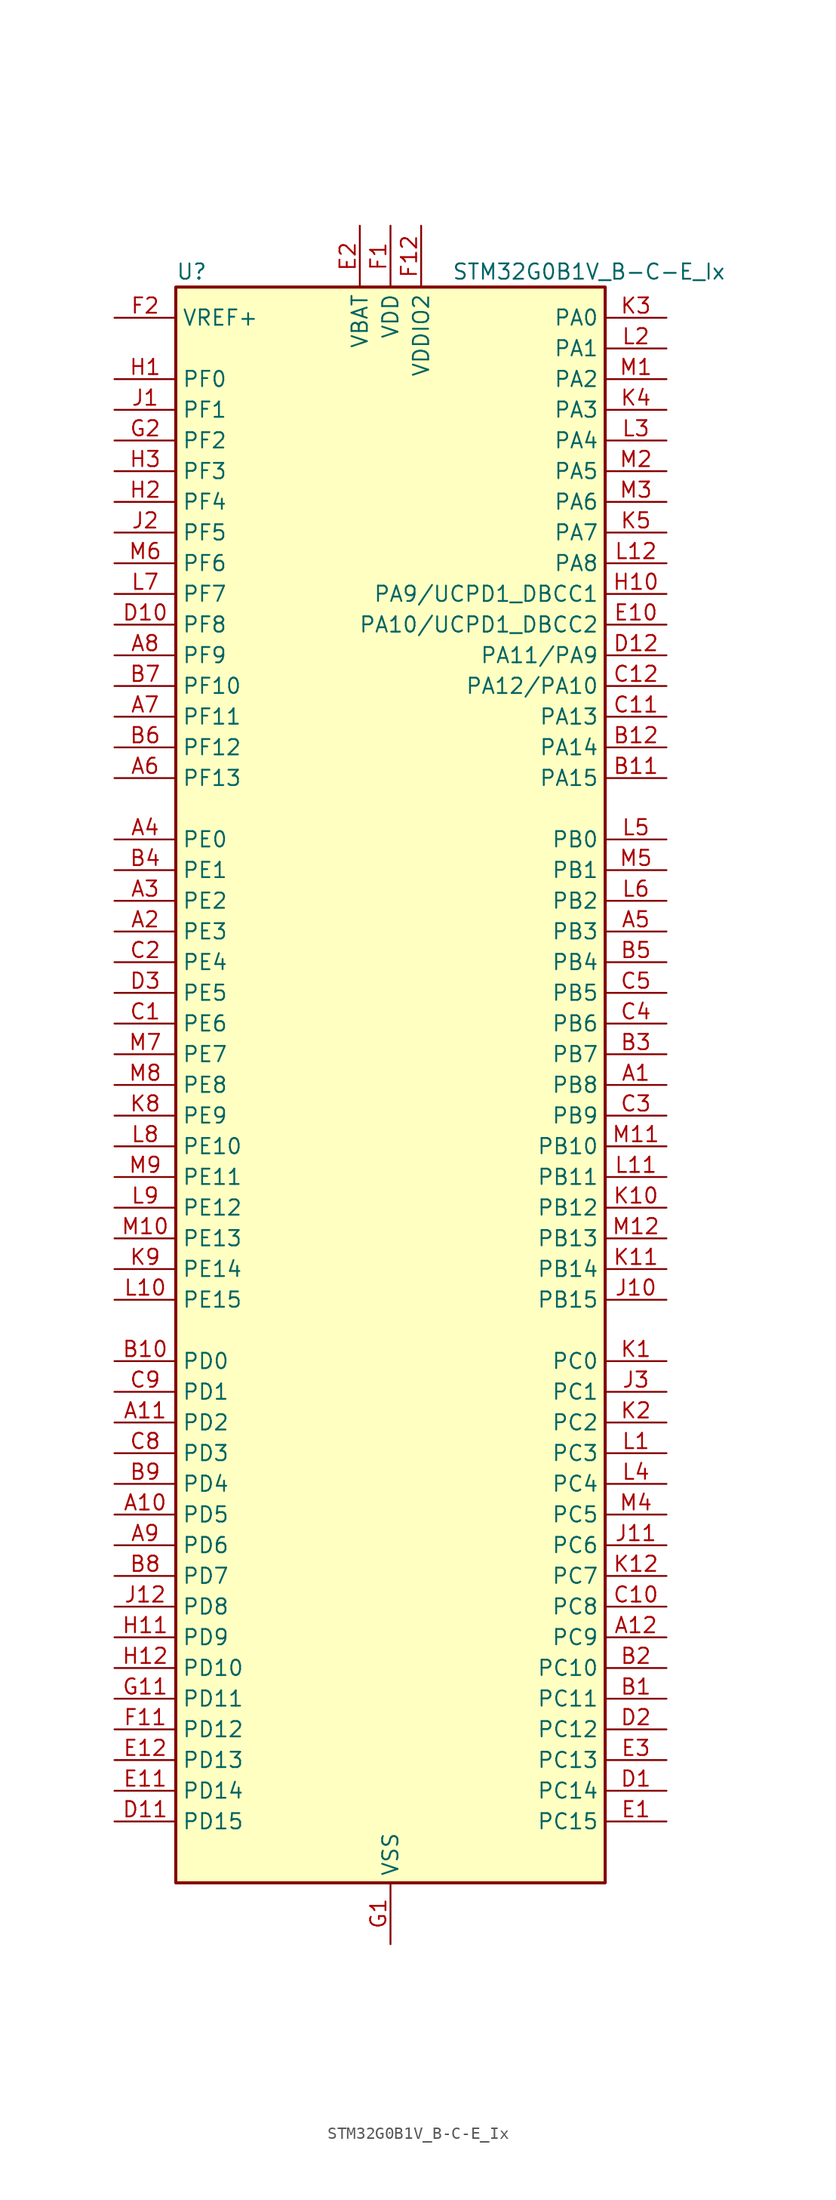
<source format=kicad_sym>
(kicad_symbol_lib
  (version 20220914)
  (generator kicad_symbol_editor)
  (symbol "STM32G0B1V_B-C-E_Ix"
    (property "Reference" "U"
      (at -17.78 67.31 0)
      (effects (font (size 1.27 1.27)) (justify left)))
    (property "Value" "STM32G0B1V_B-C-E_Ix"
      (at 5.08 67.31 0)
      (effects (font (size 1.27 1.27)) (justify left)))
    (property "ki_locked" ""
      (at 0 0 0)
      (effects (font (size 1.27 1.27))))
    (symbol "STM32G0B1V_B-C-E_Ix_0_1"
      (rectangle (start -17.78 -66.04) (end 17.78 66.04) (stroke (width 0.254) (type default)) (fill (type background))))
    (symbol "STM32G0B1V_B-C-E_Ix_1_1"
      (pin bidirectional line (at 22.86 0 180) (length 5.08) (name "PB8" (effects (font (size 1.27 1.27)))) (number "A1" (effects (font (size 1.27 1.27)))) (alternate "CEC" bidirectional line) (alternate "FDCAN1_RX" bidirectional line) (alternate "I2C1_SCL" bidirectional line) (alternate "I2S2_CK" bidirectional line) (alternate "SPI2_SCK" bidirectional line) (alternate "TIM15_BK" bidirectional line) (alternate "TIM16_CH1" bidirectional line) (alternate "TIM4_CH3" bidirectional line) (alternate "USART3_TX" bidirectional line) (alternate "USART6_TX" bidirectional line))
      (pin bidirectional line (at -22.86 -35.56 0) (length 5.08) (name "PD5" (effects (font (size 1.27 1.27)))) (number "A10" (effects (font (size 1.27 1.27)))) (alternate "I2S1_MCK" bidirectional line) (alternate "SPI1_MISO" bidirectional line) (alternate "TIM1_BK" bidirectional line) (alternate "USART2_TX" bidirectional line) (alternate "USART5_CTS" bidirectional line) (alternate "USART5_NSS" bidirectional line))
      (pin bidirectional line (at -22.86 -27.94 0) (length 5.08) (name "PD2" (effects (font (size 1.27 1.27)))) (number "A11" (effects (font (size 1.27 1.27)))) (alternate "TIM1_CH1N" bidirectional line) (alternate "TIM3_ETR" bidirectional line) (alternate "UCPD2_CC2" bidirectional line) (alternate "USART3_CK" bidirectional line) (alternate "USART3_DE" bidirectional line) (alternate "USART3_RTS" bidirectional line) (alternate "USART5_RX" bidirectional line))
      (pin bidirectional line (at 22.86 -45.72 180) (length 5.08) (name "PC9" (effects (font (size 1.27 1.27)))) (number "A12" (effects (font (size 1.27 1.27)))) (alternate "DAC1_EXTI9" bidirectional line) (alternate "I2S_CKIN" bidirectional line) (alternate "LPUART2_DE" bidirectional line) (alternate "LPUART2_RTS" bidirectional line) (alternate "TIM1_CH2" bidirectional line) (alternate "TIM3_CH4" bidirectional line) (alternate "USB_NOE" bidirectional line))
      (pin bidirectional line (at -22.86 12.7 0) (length 5.08) (name "PE3" (effects (font (size 1.27 1.27)))) (number "A2" (effects (font (size 1.27 1.27)))) (alternate "TIM3_CH1" bidirectional line))
      (pin bidirectional line (at -22.86 15.24 0) (length 5.08) (name "PE2" (effects (font (size 1.27 1.27)))) (number "A3" (effects (font (size 1.27 1.27)))) (alternate "TIM3_ETR" bidirectional line))
      (pin bidirectional line (at -22.86 20.32 0) (length 5.08) (name "PE0" (effects (font (size 1.27 1.27)))) (number "A4" (effects (font (size 1.27 1.27)))) (alternate "TIM16_CH1" bidirectional line) (alternate "TIM4_ETR" bidirectional line))
      (pin bidirectional line (at 22.86 12.7 180) (length 5.08) (name "PB3" (effects (font (size 1.27 1.27)))) (number "A5" (effects (font (size 1.27 1.27)))) (alternate "COMP2_INM" bidirectional line) (alternate "I2C2_SCL" bidirectional line) (alternate "I2C3_SCL" bidirectional line) (alternate "I2S1_CK" bidirectional line) (alternate "SPI1_SCK" bidirectional line) (alternate "SPI3_SCK" bidirectional line) (alternate "TIM1_CH2" bidirectional line) (alternate "TIM2_CH2" bidirectional line) (alternate "USART1_CK" bidirectional line) (alternate "USART1_DE" bidirectional line) (alternate "USART1_RTS" bidirectional line) (alternate "USART5_TX" bidirectional line))
      (pin bidirectional line (at -22.86 25.4 0) (length 5.08) (name "PF13" (effects (font (size 1.27 1.27)))) (number "A6" (effects (font (size 1.27 1.27)))) (alternate "TIM15_CH2" bidirectional line))
      (pin bidirectional line (at -22.86 30.48 0) (length 5.08) (name "PF11" (effects (font (size 1.27 1.27)))) (number "A7" (effects (font (size 1.27 1.27)))) (alternate "ADC1_EXTI11" bidirectional line) (alternate "USART6_CK" bidirectional line) (alternate "USART6_DE" bidirectional line) (alternate "USART6_RTS" bidirectional line))
      (pin bidirectional line (at -22.86 35.56 0) (length 5.08) (name "PF9" (effects (font (size 1.27 1.27)))) (number "A8" (effects (font (size 1.27 1.27)))) (alternate "DAC1_EXTI9" bidirectional line) (alternate "USART6_TX" bidirectional line))
      (pin bidirectional line (at -22.86 -38.1 0) (length 5.08) (name "PD6" (effects (font (size 1.27 1.27)))) (number "A9" (effects (font (size 1.27 1.27)))) (alternate "I2S1_SD" bidirectional line) (alternate "LPTIM2_OUT" bidirectional line) (alternate "SPI1_MOSI" bidirectional line) (alternate "USART2_RX" bidirectional line))
      (pin bidirectional line (at 22.86 -50.8 180) (length 5.08) (name "PC11" (effects (font (size 1.27 1.27)))) (number "B1" (effects (font (size 1.27 1.27)))) (alternate "ADC1_EXTI11" bidirectional line) (alternate "SPI3_MISO" bidirectional line) (alternate "TIM1_CH4" bidirectional line) (alternate "USART3_RX" bidirectional line) (alternate "USART4_RX" bidirectional line))
      (pin bidirectional line (at -22.86 -22.86 0) (length 5.08) (name "PD0" (effects (font (size 1.27 1.27)))) (number "B10" (effects (font (size 1.27 1.27)))) (alternate "FDCAN1_RX" bidirectional line) (alternate "I2S2_WS" bidirectional line) (alternate "SPI2_NSS" bidirectional line) (alternate "TIM16_CH1" bidirectional line) (alternate "UCPD2_CC1" bidirectional line))
      (pin bidirectional line (at 22.86 25.4 180) (length 5.08) (name "PA15" (effects (font (size 1.27 1.27)))) (number "B11" (effects (font (size 1.27 1.27)))) (alternate "I2C2_SMBA" bidirectional line) (alternate "I2S1_WS" bidirectional line) (alternate "RCC_MCO_2" bidirectional line) (alternate "SPI1_NSS" bidirectional line) (alternate "SPI3_NSS" bidirectional line) (alternate "TIM2_CH1" bidirectional line) (alternate "TIM2_ETR" bidirectional line) (alternate "USART2_RX" bidirectional line) (alternate "USART3_CK" bidirectional line) (alternate "USART3_DE" bidirectional line) (alternate "USART3_RTS" bidirectional line) (alternate "USART4_CK" bidirectional line) (alternate "USART4_DE" bidirectional line) (alternate "USART4_RTS" bidirectional line) (alternate "USB_NOE" bidirectional line))
      (pin bidirectional line (at 22.86 27.94 180) (length 5.08) (name "PA14" (effects (font (size 1.27 1.27)))) (number "B12" (effects (font (size 1.27 1.27)))) (alternate "LPUART2_TX" bidirectional line) (alternate "SYS_SWCLK" bidirectional line) (alternate "USART2_TX" bidirectional line))
      (pin bidirectional line (at 22.86 -48.26 180) (length 5.08) (name "PC10" (effects (font (size 1.27 1.27)))) (number "B2" (effects (font (size 1.27 1.27)))) (alternate "SPI3_SCK" bidirectional line) (alternate "TIM1_CH3" bidirectional line) (alternate "USART3_TX" bidirectional line) (alternate "USART4_TX" bidirectional line))
      (pin bidirectional line (at 22.86 2.54 180) (length 5.08) (name "PB7" (effects (font (size 1.27 1.27)))) (number "B3" (effects (font (size 1.27 1.27)))) (alternate "COMP2_INM" bidirectional line) (alternate "I2C1_SDA" bidirectional line) (alternate "I2S2_SD" bidirectional line) (alternate "LPTIM1_IN2" bidirectional line) (alternate "LPUART2_RX" bidirectional line) (alternate "SPI2_MOSI" bidirectional line) (alternate "SYS_PVD_IN" bidirectional line) (alternate "TIM17_CH1N" bidirectional line) (alternate "TIM4_CH2" bidirectional line) (alternate "USART1_RX" bidirectional line) (alternate "USART4_CTS" bidirectional line) (alternate "USART4_NSS" bidirectional line))
      (pin bidirectional line (at -22.86 17.78 0) (length 5.08) (name "PE1" (effects (font (size 1.27 1.27)))) (number "B4" (effects (font (size 1.27 1.27)))) (alternate "TIM17_CH1" bidirectional line))
      (pin bidirectional line (at 22.86 10.16 180) (length 5.08) (name "PB4" (effects (font (size 1.27 1.27)))) (number "B5" (effects (font (size 1.27 1.27)))) (alternate "COMP2_INP" bidirectional line) (alternate "I2C2_SDA" bidirectional line) (alternate "I2C3_SDA" bidirectional line) (alternate "I2S1_MCK" bidirectional line) (alternate "SPI1_MISO" bidirectional line) (alternate "SPI3_MISO" bidirectional line) (alternate "TIM17_BK" bidirectional line) (alternate "TIM3_CH1" bidirectional line) (alternate "USART1_CTS" bidirectional line) (alternate "USART1_NSS" bidirectional line) (alternate "USART5_RX" bidirectional line))
      (pin bidirectional line (at -22.86 27.94 0) (length 5.08) (name "PF12" (effects (font (size 1.27 1.27)))) (number "B6" (effects (font (size 1.27 1.27)))) (alternate "TIM15_CH1" bidirectional line) (alternate "USART6_CTS" bidirectional line) (alternate "USART6_NSS" bidirectional line))
      (pin bidirectional line (at -22.86 33.02 0) (length 5.08) (name "PF10" (effects (font (size 1.27 1.27)))) (number "B7" (effects (font (size 1.27 1.27)))) (alternate "USART6_RX" bidirectional line))
      (pin bidirectional line (at -22.86 -40.64 0) (length 5.08) (name "PD7" (effects (font (size 1.27 1.27)))) (number "B8" (effects (font (size 1.27 1.27)))) (alternate "RCC_MCO_2" bidirectional line))
      (pin bidirectional line (at -22.86 -33.02 0) (length 5.08) (name "PD4" (effects (font (size 1.27 1.27)))) (number "B9" (effects (font (size 1.27 1.27)))) (alternate "I2S2_SD" bidirectional line) (alternate "SPI2_MOSI" bidirectional line) (alternate "TIM1_CH3N" bidirectional line) (alternate "USART2_CK" bidirectional line) (alternate "USART2_DE" bidirectional line) (alternate "USART2_RTS" bidirectional line) (alternate "USART5_CK" bidirectional line) (alternate "USART5_DE" bidirectional line) (alternate "USART5_RTS" bidirectional line))
      (pin bidirectional line (at -22.86 5.08 0) (length 5.08) (name "PE6" (effects (font (size 1.27 1.27)))) (number "C1" (effects (font (size 1.27 1.27)))) (alternate "RTC_TAMP_IN3" bidirectional line) (alternate "SYS_WKUP3" bidirectional line) (alternate "TIM3_CH4" bidirectional line))
      (pin bidirectional line (at 22.86 -43.18 180) (length 5.08) (name "PC8" (effects (font (size 1.27 1.27)))) (number "C10" (effects (font (size 1.27 1.27)))) (alternate "LPUART2_CTS" bidirectional line) (alternate "TIM1_CH1" bidirectional line) (alternate "TIM3_CH3" bidirectional line) (alternate "UCPD2_FRSTX1" bidirectional line) (alternate "UCPD2_FRSTX2" bidirectional line))
      (pin bidirectional line (at 22.86 30.48 180) (length 5.08) (name "PA13" (effects (font (size 1.27 1.27)))) (number "C11" (effects (font (size 1.27 1.27)))) (alternate "IR_OUT" bidirectional line) (alternate "LPUART2_RX" bidirectional line) (alternate "SYS_SWDIO" bidirectional line) (alternate "USB_NOE" bidirectional line))
      (pin bidirectional line (at 22.86 33.02 180) (length 5.08) (name "PA12/PA10" (effects (font (size 1.27 1.27)))) (number "C12" (effects (font (size 1.27 1.27)))) (alternate "COMP2_OUT" bidirectional line) (alternate "FDCAN1_TX" bidirectional line) (alternate "I2C2_SDA" bidirectional line) (alternate "I2S1_SD" bidirectional line) (alternate "I2S_CKIN" bidirectional line) (alternate "SPI1_MOSI" bidirectional line) (alternate "TIM1_ETR" bidirectional line) (alternate "USART1_CK" bidirectional line) (alternate "USART1_DE" bidirectional line) (alternate "USART1_RTS" bidirectional line) (alternate "USB_DP" bidirectional line))
      (pin bidirectional line (at -22.86 10.16 0) (length 5.08) (name "PE4" (effects (font (size 1.27 1.27)))) (number "C2" (effects (font (size 1.27 1.27)))) (alternate "TIM3_CH2" bidirectional line))
      (pin bidirectional line (at 22.86 -2.54 180) (length 5.08) (name "PB9" (effects (font (size 1.27 1.27)))) (number "C3" (effects (font (size 1.27 1.27)))) (alternate "DAC1_EXTI9" bidirectional line) (alternate "FDCAN1_TX" bidirectional line) (alternate "I2C1_SDA" bidirectional line) (alternate "I2S2_WS" bidirectional line) (alternate "IR_OUT" bidirectional line) (alternate "SPI2_NSS" bidirectional line) (alternate "TIM17_CH1" bidirectional line) (alternate "TIM4_CH4" bidirectional line) (alternate "UCPD2_FRSTX1" bidirectional line) (alternate "UCPD2_FRSTX2" bidirectional line) (alternate "USART3_RX" bidirectional line) (alternate "USART6_RX" bidirectional line))
      (pin bidirectional line (at 22.86 5.08 180) (length 5.08) (name "PB6" (effects (font (size 1.27 1.27)))) (number "C4" (effects (font (size 1.27 1.27)))) (alternate "COMP2_INP" bidirectional line) (alternate "FDCAN2_TX" bidirectional line) (alternate "I2C1_SCL" bidirectional line) (alternate "I2S2_MCK" bidirectional line) (alternate "LPTIM1_ETR" bidirectional line) (alternate "LPUART2_TX" bidirectional line) (alternate "SPI2_MISO" bidirectional line) (alternate "TIM16_CH1N" bidirectional line) (alternate "TIM1_CH3" bidirectional line) (alternate "TIM4_CH1" bidirectional line) (alternate "USART1_TX" bidirectional line) (alternate "USART5_CTS" bidirectional line) (alternate "USART5_NSS" bidirectional line))
      (pin bidirectional line (at 22.86 7.62 180) (length 5.08) (name "PB5" (effects (font (size 1.27 1.27)))) (number "C5" (effects (font (size 1.27 1.27)))) (alternate "COMP2_OUT" bidirectional line) (alternate "FDCAN2_RX" bidirectional line) (alternate "I2C1_SMBA" bidirectional line) (alternate "I2S1_SD" bidirectional line) (alternate "LPTIM1_IN1" bidirectional line) (alternate "SPI1_MOSI" bidirectional line) (alternate "SPI3_MOSI" bidirectional line) (alternate "SYS_WKUP6" bidirectional line) (alternate "TIM16_BK" bidirectional line) (alternate "TIM3_CH2" bidirectional line) (alternate "USART5_CK" bidirectional line) (alternate "USART5_DE" bidirectional line) (alternate "USART5_RTS" bidirectional line))
      (pin bidirectional line (at -22.86 -30.48 0) (length 5.08) (name "PD3" (effects (font (size 1.27 1.27)))) (number "C8" (effects (font (size 1.27 1.27)))) (alternate "I2S2_MCK" bidirectional line) (alternate "SPI2_MISO" bidirectional line) (alternate "TIM1_CH2N" bidirectional line) (alternate "UCPD2_DBCC2" bidirectional line) (alternate "USART2_CTS" bidirectional line) (alternate "USART2_NSS" bidirectional line) (alternate "USART5_TX" bidirectional line))
      (pin bidirectional line (at -22.86 -25.4 0) (length 5.08) (name "PD1" (effects (font (size 1.27 1.27)))) (number "C9" (effects (font (size 1.27 1.27)))) (alternate "FDCAN1_TX" bidirectional line) (alternate "I2S2_CK" bidirectional line) (alternate "SPI2_SCK" bidirectional line) (alternate "TIM17_CH1" bidirectional line) (alternate "UCPD2_DBCC1" bidirectional line))
      (pin bidirectional line (at 22.86 -58.42 180) (length 5.08) (name "PC14" (effects (font (size 1.27 1.27)))) (number "D1" (effects (font (size 1.27 1.27)))) (alternate "RCC_OSC32_IN" bidirectional line) (alternate "TIM1_BK2" bidirectional line))
      (pin bidirectional line (at -22.86 38.1 0) (length 5.08) (name "PF8" (effects (font (size 1.27 1.27)))) (number "D10" (effects (font (size 1.27 1.27)))))
      (pin bidirectional line (at -22.86 -60.96 0) (length 5.08) (name "PD15" (effects (font (size 1.27 1.27)))) (number "D11" (effects (font (size 1.27 1.27)))) (alternate "CRS1_SYNC" bidirectional line) (alternate "FDCAN2_TX" bidirectional line) (alternate "LPUART2_DE" bidirectional line) (alternate "LPUART2_RTS" bidirectional line) (alternate "TIM4_CH4" bidirectional line))
      (pin bidirectional line (at 22.86 35.56 180) (length 5.08) (name "PA11/PA9" (effects (font (size 1.27 1.27)))) (number "D12" (effects (font (size 1.27 1.27)))) (alternate "ADC1_EXTI11" bidirectional line) (alternate "COMP1_OUT" bidirectional line) (alternate "FDCAN1_RX" bidirectional line) (alternate "I2C2_SCL" bidirectional line) (alternate "I2S1_MCK" bidirectional line) (alternate "SPI1_MISO" bidirectional line) (alternate "TIM1_BK2" bidirectional line) (alternate "TIM1_CH4" bidirectional line) (alternate "USART1_CTS" bidirectional line) (alternate "USART1_NSS" bidirectional line) (alternate "USB_DM" bidirectional line))
      (pin bidirectional line (at 22.86 -53.34 180) (length 5.08) (name "PC12" (effects (font (size 1.27 1.27)))) (number "D2" (effects (font (size 1.27 1.27)))) (alternate "LPTIM1_IN1" bidirectional line) (alternate "SPI3_MOSI" bidirectional line) (alternate "TIM14_CH1" bidirectional line) (alternate "UCPD1_FRSTX1" bidirectional line) (alternate "UCPD1_FRSTX2" bidirectional line) (alternate "USART5_TX" bidirectional line))
      (pin bidirectional line (at -22.86 7.62 0) (length 5.08) (name "PE5" (effects (font (size 1.27 1.27)))) (number "D3" (effects (font (size 1.27 1.27)))) (alternate "TIM3_CH3" bidirectional line))
      (pin bidirectional line (at 22.86 -60.96 180) (length 5.08) (name "PC15" (effects (font (size 1.27 1.27)))) (number "E1" (effects (font (size 1.27 1.27)))) (alternate "RCC_OSC32_EN" bidirectional line) (alternate "RCC_OSC32_OUT" bidirectional line) (alternate "RCC_OSC_EN" bidirectional line) (alternate "TIM15_BK" bidirectional line))
      (pin bidirectional line (at 22.86 38.1 180) (length 5.08) (name "PA10/UCPD1_DBCC2" (effects (font (size 1.27 1.27)))) (number "E10" (effects (font (size 1.27 1.27)))) (alternate "I2C1_SDA" bidirectional line) (alternate "I2C2_SDA" bidirectional line) (alternate "I2S2_SD" bidirectional line) (alternate "RCC_MCO_2" bidirectional line) (alternate "SPI2_MOSI" bidirectional line) (alternate "TIM17_BK" bidirectional line) (alternate "TIM1_CH3" bidirectional line) (alternate "UCPD1_DBCC2" bidirectional line) (alternate "USART1_RX" bidirectional line))
      (pin bidirectional line (at -22.86 -58.42 0) (length 5.08) (name "PD14" (effects (font (size 1.27 1.27)))) (number "E11" (effects (font (size 1.27 1.27)))) (alternate "FDCAN2_RX" bidirectional line) (alternate "LPUART2_CTS" bidirectional line) (alternate "TIM4_CH3" bidirectional line))
      (pin bidirectional line (at -22.86 -55.88 0) (length 5.08) (name "PD13" (effects (font (size 1.27 1.27)))) (number "E12" (effects (font (size 1.27 1.27)))) (alternate "FDCAN1_TX" bidirectional line) (alternate "LPTIM2_OUT" bidirectional line) (alternate "TIM4_CH2" bidirectional line))
      (pin power_in line (at -2.54 71.12 270) (length 5.08) (name "VBAT" (effects (font (size 1.27 1.27)))) (number "E2" (effects (font (size 1.27 1.27)))))
      (pin bidirectional line (at 22.86 -55.88 180) (length 5.08) (name "PC13" (effects (font (size 1.27 1.27)))) (number "E3" (effects (font (size 1.27 1.27)))) (alternate "RTC_OUT1" bidirectional line) (alternate "RTC_TAMP_IN1" bidirectional line) (alternate "RTC_TS" bidirectional line) (alternate "SYS_WKUP2" bidirectional line) (alternate "TIM1_BK" bidirectional line))
      (pin power_in line (at 0 71.12 270) (length 5.08) (name "VDD" (effects (font (size 1.27 1.27)))) (number "F1" (effects (font (size 1.27 1.27)))))
      (pin bidirectional line (at -22.86 -53.34 0) (length 5.08) (name "PD12" (effects (font (size 1.27 1.27)))) (number "F11" (effects (font (size 1.27 1.27)))) (alternate "FDCAN1_RX" bidirectional line) (alternate "LPTIM2_IN1" bidirectional line) (alternate "TIM4_CH1" bidirectional line) (alternate "USART3_CK" bidirectional line) (alternate "USART3_DE" bidirectional line) (alternate "USART3_RTS" bidirectional line))
      (pin power_in line (at 2.54 71.12 270) (length 5.08) (name "VDDIO2" (effects (font (size 1.27 1.27)))) (number "F12" (effects (font (size 1.27 1.27)))))
      (pin input line (at -22.86 63.5 0) (length 5.08) (name "VREF+" (effects (font (size 1.27 1.27)))) (number "F2" (effects (font (size 1.27 1.27)))) (alternate "VREFBUF_OUT" bidirectional line))
      (pin power_in line (at 0 -71.12 90) (length 5.08) (name "VSS" (effects (font (size 1.27 1.27)))) (number "G1" (effects (font (size 1.27 1.27)))))
      (pin bidirectional line (at -22.86 -50.8 0) (length 5.08) (name "PD11" (effects (font (size 1.27 1.27)))) (number "G11" (effects (font (size 1.27 1.27)))) (alternate "ADC1_EXTI11" bidirectional line) (alternate "LPTIM2_ETR" bidirectional line) (alternate "USART3_CTS" bidirectional line) (alternate "USART3_NSS" bidirectional line))
      (pin passive line (at 0 -71.12 90) (length 5.08) hide (name "VSS" (effects (font (size 1.27 1.27)))) (number "G12" (effects (font (size 1.27 1.27)))))
      (pin bidirectional line (at -22.86 53.34 0) (length 5.08) (name "PF2" (effects (font (size 1.27 1.27)))) (number "G2" (effects (font (size 1.27 1.27)))) (alternate "LPUART2_DE" bidirectional line) (alternate "LPUART2_RTS" bidirectional line) (alternate "LPUART2_TX" bidirectional line) (alternate "RCC_MCO" bidirectional line))
      (pin bidirectional line (at -22.86 58.42 0) (length 5.08) (name "PF0" (effects (font (size 1.27 1.27)))) (number "H1" (effects (font (size 1.27 1.27)))) (alternate "CRS1_SYNC" bidirectional line) (alternate "RCC_OSC_IN" bidirectional line) (alternate "TIM14_CH1" bidirectional line))
      (pin bidirectional line (at 22.86 40.64 180) (length 5.08) (name "PA9/UCPD1_DBCC1" (effects (font (size 1.27 1.27)))) (number "H10" (effects (font (size 1.27 1.27)))) (alternate "DAC1_EXTI9" bidirectional line) (alternate "I2C1_SCL" bidirectional line) (alternate "I2C2_SCL" bidirectional line) (alternate "I2S2_MCK" bidirectional line) (alternate "RCC_MCO" bidirectional line) (alternate "SPI2_MISO" bidirectional line) (alternate "TIM15_BK" bidirectional line) (alternate "TIM1_CH2" bidirectional line) (alternate "UCPD1_DBCC1" bidirectional line) (alternate "USART1_TX" bidirectional line))
      (pin bidirectional line (at -22.86 -45.72 0) (length 5.08) (name "PD9" (effects (font (size 1.27 1.27)))) (number "H11" (effects (font (size 1.27 1.27)))) (alternate "DAC1_EXTI9" bidirectional line) (alternate "I2S1_WS" bidirectional line) (alternate "SPI1_NSS" bidirectional line) (alternate "TIM1_BK2" bidirectional line) (alternate "USART3_RX" bidirectional line))
      (pin bidirectional line (at -22.86 -48.26 0) (length 5.08) (name "PD10" (effects (font (size 1.27 1.27)))) (number "H12" (effects (font (size 1.27 1.27)))) (alternate "RCC_MCO" bidirectional line))
      (pin bidirectional line (at -22.86 48.26 0) (length 5.08) (name "PF4" (effects (font (size 1.27 1.27)))) (number "H2" (effects (font (size 1.27 1.27)))) (alternate "LPUART1_TX" bidirectional line))
      (pin bidirectional line (at -22.86 50.8 0) (length 5.08) (name "PF3" (effects (font (size 1.27 1.27)))) (number "H3" (effects (font (size 1.27 1.27)))) (alternate "LPUART2_RX" bidirectional line) (alternate "USART6_CK" bidirectional line) (alternate "USART6_DE" bidirectional line) (alternate "USART6_RTS" bidirectional line))
      (pin bidirectional line (at -22.86 55.88 0) (length 5.08) (name "PF1" (effects (font (size 1.27 1.27)))) (number "J1" (effects (font (size 1.27 1.27)))) (alternate "RCC_OSC_EN" bidirectional line) (alternate "RCC_OSC_OUT" bidirectional line) (alternate "TIM15_CH1N" bidirectional line))
      (pin bidirectional line (at 22.86 -17.78 180) (length 5.08) (name "PB15" (effects (font (size 1.27 1.27)))) (number "J10" (effects (font (size 1.27 1.27)))) (alternate "I2S2_SD" bidirectional line) (alternate "RTC_REFIN" bidirectional line) (alternate "SPI2_MOSI" bidirectional line) (alternate "TIM15_CH1N" bidirectional line) (alternate "TIM15_CH2" bidirectional line) (alternate "TIM1_CH3N" bidirectional line) (alternate "UCPD1_CC2" bidirectional line) (alternate "USART6_CTS" bidirectional line) (alternate "USART6_NSS" bidirectional line))
      (pin bidirectional line (at 22.86 -38.1 180) (length 5.08) (name "PC6" (effects (font (size 1.27 1.27)))) (number "J11" (effects (font (size 1.27 1.27)))) (alternate "LPUART2_TX" bidirectional line) (alternate "TIM2_CH3" bidirectional line) (alternate "TIM3_CH1" bidirectional line) (alternate "UCPD1_FRSTX1" bidirectional line) (alternate "UCPD1_FRSTX2" bidirectional line))
      (pin bidirectional line (at -22.86 -43.18 0) (length 5.08) (name "PD8" (effects (font (size 1.27 1.27)))) (number "J12" (effects (font (size 1.27 1.27)))) (alternate "I2S1_CK" bidirectional line) (alternate "LPTIM1_OUT" bidirectional line) (alternate "SPI1_SCK" bidirectional line) (alternate "USART3_TX" bidirectional line))
      (pin bidirectional line (at -22.86 45.72 0) (length 5.08) (name "PF5" (effects (font (size 1.27 1.27)))) (number "J2" (effects (font (size 1.27 1.27)))) (alternate "LPUART1_RX" bidirectional line))
      (pin bidirectional line (at 22.86 -25.4 180) (length 5.08) (name "PC1" (effects (font (size 1.27 1.27)))) (number "J3" (effects (font (size 1.27 1.27)))) (alternate "COMP3_INP" bidirectional line) (alternate "I2C3_SDA" bidirectional line) (alternate "LPTIM1_OUT" bidirectional line) (alternate "LPUART1_TX" bidirectional line) (alternate "LPUART2_RX" bidirectional line) (alternate "TIM15_CH1" bidirectional line) (alternate "USART6_RX" bidirectional line))
      (pin bidirectional line (at 22.86 -22.86 180) (length 5.08) (name "PC0" (effects (font (size 1.27 1.27)))) (number "K1" (effects (font (size 1.27 1.27)))) (alternate "COMP3_INM" bidirectional line) (alternate "COMP3_OUT" bidirectional line) (alternate "I2C3_SCL" bidirectional line) (alternate "LPTIM1_IN1" bidirectional line) (alternate "LPTIM2_IN1" bidirectional line) (alternate "LPUART1_RX" bidirectional line) (alternate "LPUART2_TX" bidirectional line) (alternate "USART6_TX" bidirectional line))
      (pin bidirectional line (at 22.86 -10.16 180) (length 5.08) (name "PB12" (effects (font (size 1.27 1.27)))) (number "K10" (effects (font (size 1.27 1.27)))) (alternate "ADC1_IN16" bidirectional line) (alternate "FDCAN2_RX" bidirectional line) (alternate "I2C2_SMBA" bidirectional line) (alternate "I2S2_WS" bidirectional line) (alternate "LPUART1_DE" bidirectional line) (alternate "LPUART1_RTS" bidirectional line) (alternate "SPI2_NSS" bidirectional line) (alternate "TIM15_BK" bidirectional line) (alternate "TIM1_BK" bidirectional line) (alternate "UCPD2_FRSTX1" bidirectional line) (alternate "UCPD2_FRSTX2" bidirectional line))
      (pin bidirectional line (at 22.86 -15.24 180) (length 5.08) (name "PB14" (effects (font (size 1.27 1.27)))) (number "K11" (effects (font (size 1.27 1.27)))) (alternate "I2C2_SDA" bidirectional line) (alternate "I2S2_MCK" bidirectional line) (alternate "SPI2_MISO" bidirectional line) (alternate "TIM15_CH1" bidirectional line) (alternate "TIM1_CH2N" bidirectional line) (alternate "UCPD1_FRSTX1" bidirectional line) (alternate "UCPD1_FRSTX2" bidirectional line) (alternate "USART3_CK" bidirectional line) (alternate "USART3_DE" bidirectional line) (alternate "USART3_RTS" bidirectional line) (alternate "USART6_CK" bidirectional line) (alternate "USART6_DE" bidirectional line) (alternate "USART6_RTS" bidirectional line))
      (pin bidirectional line (at 22.86 -40.64 180) (length 5.08) (name "PC7" (effects (font (size 1.27 1.27)))) (number "K12" (effects (font (size 1.27 1.27)))) (alternate "LPUART2_RX" bidirectional line) (alternate "TIM2_CH4" bidirectional line) (alternate "TIM3_CH2" bidirectional line) (alternate "UCPD2_FRSTX1" bidirectional line) (alternate "UCPD2_FRSTX2" bidirectional line))
      (pin bidirectional line (at 22.86 -27.94 180) (length 5.08) (name "PC2" (effects (font (size 1.27 1.27)))) (number "K2" (effects (font (size 1.27 1.27)))) (alternate "COMP3_OUT" bidirectional line) (alternate "FDCAN2_RX" bidirectional line) (alternate "I2S2_MCK" bidirectional line) (alternate "LPTIM1_IN2" bidirectional line) (alternate "SPI2_MISO" bidirectional line) (alternate "TIM15_CH2" bidirectional line))
      (pin bidirectional line (at 22.86 63.5 180) (length 5.08) (name "PA0" (effects (font (size 1.27 1.27)))) (number "K3" (effects (font (size 1.27 1.27)))) (alternate "ADC1_IN0" bidirectional line) (alternate "COMP1_INM" bidirectional line) (alternate "COMP1_OUT" bidirectional line) (alternate "I2S2_CK" bidirectional line) (alternate "LPTIM1_OUT" bidirectional line) (alternate "RTC_TAMP_IN2" bidirectional line) (alternate "SPI2_SCK" bidirectional line) (alternate "SYS_WKUP1" bidirectional line) (alternate "TIM2_CH1" bidirectional line) (alternate "TIM2_ETR" bidirectional line) (alternate "UCPD2_FRSTX1" bidirectional line) (alternate "UCPD2_FRSTX2" bidirectional line) (alternate "USART2_CTS" bidirectional line) (alternate "USART2_NSS" bidirectional line) (alternate "USART4_TX" bidirectional line))
      (pin bidirectional line (at 22.86 55.88 180) (length 5.08) (name "PA3" (effects (font (size 1.27 1.27)))) (number "K4" (effects (font (size 1.27 1.27)))) (alternate "ADC1_IN3" bidirectional line) (alternate "COMP2_INP" bidirectional line) (alternate "I2S2_MCK" bidirectional line) (alternate "LPUART1_RX" bidirectional line) (alternate "SPI2_MISO" bidirectional line) (alternate "TIM15_CH2" bidirectional line) (alternate "TIM2_CH4" bidirectional line) (alternate "UCPD2_FRSTX1" bidirectional line) (alternate "UCPD2_FRSTX2" bidirectional line) (alternate "USART2_RX" bidirectional line))
      (pin bidirectional line (at 22.86 45.72 180) (length 5.08) (name "PA7" (effects (font (size 1.27 1.27)))) (number "K5" (effects (font (size 1.27 1.27)))) (alternate "ADC1_IN7" bidirectional line) (alternate "COMP2_OUT" bidirectional line) (alternate "I2C2_SCL" bidirectional line) (alternate "I2C3_SCL" bidirectional line) (alternate "I2S1_SD" bidirectional line) (alternate "SPI1_MOSI" bidirectional line) (alternate "TIM14_CH1" bidirectional line) (alternate "TIM17_CH1" bidirectional line) (alternate "TIM1_CH1N" bidirectional line) (alternate "TIM3_CH2" bidirectional line) (alternate "UCPD1_FRSTX1" bidirectional line) (alternate "UCPD1_FRSTX2" bidirectional line) (alternate "USART6_CK" bidirectional line) (alternate "USART6_DE" bidirectional line) (alternate "USART6_RTS" bidirectional line))
      (pin bidirectional line (at -22.86 -2.54 0) (length 5.08) (name "PE9" (effects (font (size 1.27 1.27)))) (number "K8" (effects (font (size 1.27 1.27)))) (alternate "DAC1_EXTI9" bidirectional line) (alternate "TIM1_CH1" bidirectional line) (alternate "USART4_RX" bidirectional line))
      (pin bidirectional line (at -22.86 -15.24 0) (length 5.08) (name "PE14" (effects (font (size 1.27 1.27)))) (number "K9" (effects (font (size 1.27 1.27)))) (alternate "I2S1_MCK" bidirectional line) (alternate "SPI1_MISO" bidirectional line) (alternate "TIM1_BK2" bidirectional line) (alternate "TIM1_CH4" bidirectional line))
      (pin bidirectional line (at 22.86 -30.48 180) (length 5.08) (name "PC3" (effects (font (size 1.27 1.27)))) (number "L1" (effects (font (size 1.27 1.27)))) (alternate "FDCAN2_TX" bidirectional line) (alternate "I2S2_SD" bidirectional line) (alternate "LPTIM1_ETR" bidirectional line) (alternate "LPTIM2_ETR" bidirectional line) (alternate "SPI2_MOSI" bidirectional line))
      (pin bidirectional line (at -22.86 -17.78 0) (length 5.08) (name "PE15" (effects (font (size 1.27 1.27)))) (number "L10" (effects (font (size 1.27 1.27)))) (alternate "I2S1_SD" bidirectional line) (alternate "SPI1_MOSI" bidirectional line) (alternate "TIM1_BK" bidirectional line))
      (pin bidirectional line (at 22.86 -7.62 180) (length 5.08) (name "PB11" (effects (font (size 1.27 1.27)))) (number "L11" (effects (font (size 1.27 1.27)))) (alternate "ADC1_EXTI11" bidirectional line) (alternate "ADC1_IN15" bidirectional line) (alternate "COMP2_OUT" bidirectional line) (alternate "I2C2_SDA" bidirectional line) (alternate "I2S2_SD" bidirectional line) (alternate "LPUART1_TX" bidirectional line) (alternate "SPI2_MOSI" bidirectional line) (alternate "TIM2_CH4" bidirectional line) (alternate "USART3_RX" bidirectional line))
      (pin bidirectional line (at 22.86 43.18 180) (length 5.08) (name "PA8" (effects (font (size 1.27 1.27)))) (number "L12" (effects (font (size 1.27 1.27)))) (alternate "CRS1_SYNC" bidirectional line) (alternate "I2C2_SMBA" bidirectional line) (alternate "I2S2_WS" bidirectional line) (alternate "LPTIM2_OUT" bidirectional line) (alternate "RCC_MCO" bidirectional line) (alternate "SPI2_NSS" bidirectional line) (alternate "TIM1_CH1" bidirectional line) (alternate "UCPD1_CC1" bidirectional line))
      (pin bidirectional line (at 22.86 60.96 180) (length 5.08) (name "PA1" (effects (font (size 1.27 1.27)))) (number "L2" (effects (font (size 1.27 1.27)))) (alternate "ADC1_IN1" bidirectional line) (alternate "COMP1_INP" bidirectional line) (alternate "I2C1_SMBA" bidirectional line) (alternate "I2S1_CK" bidirectional line) (alternate "SPI1_SCK" bidirectional line) (alternate "TIM15_CH1N" bidirectional line) (alternate "TIM2_CH2" bidirectional line) (alternate "USART2_CK" bidirectional line) (alternate "USART2_DE" bidirectional line) (alternate "USART2_RTS" bidirectional line) (alternate "USART4_RX" bidirectional line))
      (pin bidirectional line (at 22.86 53.34 180) (length 5.08) (name "PA4" (effects (font (size 1.27 1.27)))) (number "L3" (effects (font (size 1.27 1.27)))) (alternate "ADC1_IN4" bidirectional line) (alternate "DAC1_OUT1" bidirectional line) (alternate "I2S1_WS" bidirectional line) (alternate "I2S2_SD" bidirectional line) (alternate "LPTIM2_OUT" bidirectional line) (alternate "RTC_OUT2" bidirectional line) (alternate "SPI1_NSS" bidirectional line) (alternate "SPI2_MOSI" bidirectional line) (alternate "SPI3_NSS" bidirectional line) (alternate "TIM14_CH1" bidirectional line) (alternate "UCPD2_FRSTX1" bidirectional line) (alternate "UCPD2_FRSTX2" bidirectional line) (alternate "USART6_TX" bidirectional line) (alternate "USB_NOE" bidirectional line))
      (pin bidirectional line (at 22.86 -33.02 180) (length 5.08) (name "PC4" (effects (font (size 1.27 1.27)))) (number "L4" (effects (font (size 1.27 1.27)))) (alternate "ADC1_IN17" bidirectional line) (alternate "COMP1_INM" bidirectional line) (alternate "FDCAN1_RX" bidirectional line) (alternate "TIM2_CH1" bidirectional line) (alternate "TIM2_ETR" bidirectional line) (alternate "USART1_TX" bidirectional line) (alternate "USART3_TX" bidirectional line))
      (pin bidirectional line (at 22.86 20.32 180) (length 5.08) (name "PB0" (effects (font (size 1.27 1.27)))) (number "L5" (effects (font (size 1.27 1.27)))) (alternate "ADC1_IN8" bidirectional line) (alternate "COMP1_OUT" bidirectional line) (alternate "COMP3_INP" bidirectional line) (alternate "FDCAN2_RX" bidirectional line) (alternate "I2S1_WS" bidirectional line) (alternate "LPTIM1_OUT" bidirectional line) (alternate "LPUART2_CTS" bidirectional line) (alternate "SPI1_NSS" bidirectional line) (alternate "TIM1_CH2N" bidirectional line) (alternate "TIM3_CH3" bidirectional line) (alternate "UCPD1_FRSTX1" bidirectional line) (alternate "UCPD1_FRSTX2" bidirectional line) (alternate "USART3_RX" bidirectional line) (alternate "USART5_TX" bidirectional line))
      (pin bidirectional line (at 22.86 15.24 180) (length 5.08) (name "PB2" (effects (font (size 1.27 1.27)))) (number "L6" (effects (font (size 1.27 1.27)))) (alternate "ADC1_IN10" bidirectional line) (alternate "COMP1_INP" bidirectional line) (alternate "COMP3_INM" bidirectional line) (alternate "I2S2_MCK" bidirectional line) (alternate "LPTIM1_OUT" bidirectional line) (alternate "RCC_MCO_2" bidirectional line) (alternate "SPI2_MISO" bidirectional line) (alternate "USART3_TX" bidirectional line))
      (pin bidirectional line (at -22.86 40.64 0) (length 5.08) (name "PF7" (effects (font (size 1.27 1.27)))) (number "L7" (effects (font (size 1.27 1.27)))) (alternate "LPUART1_CTS" bidirectional line) (alternate "USART5_CTS" bidirectional line) (alternate "USART5_NSS" bidirectional line))
      (pin bidirectional line (at -22.86 -5.08 0) (length 5.08) (name "PE10" (effects (font (size 1.27 1.27)))) (number "L8" (effects (font (size 1.27 1.27)))) (alternate "TIM1_CH2N" bidirectional line) (alternate "USART5_TX" bidirectional line))
      (pin bidirectional line (at -22.86 -10.16 0) (length 5.08) (name "PE12" (effects (font (size 1.27 1.27)))) (number "L9" (effects (font (size 1.27 1.27)))) (alternate "I2S1_WS" bidirectional line) (alternate "SPI1_NSS" bidirectional line) (alternate "TIM1_CH3N" bidirectional line))
      (pin bidirectional line (at 22.86 58.42 180) (length 5.08) (name "PA2" (effects (font (size 1.27 1.27)))) (number "M1" (effects (font (size 1.27 1.27)))) (alternate "ADC1_IN2" bidirectional line) (alternate "COMP2_INM" bidirectional line) (alternate "COMP2_OUT" bidirectional line) (alternate "I2S1_SD" bidirectional line) (alternate "LPUART1_TX" bidirectional line) (alternate "RCC_LSCO" bidirectional line) (alternate "SPI1_MOSI" bidirectional line) (alternate "SYS_WKUP4" bidirectional line) (alternate "TIM15_CH1" bidirectional line) (alternate "TIM2_CH3" bidirectional line) (alternate "UCPD1_FRSTX1" bidirectional line) (alternate "UCPD1_FRSTX2" bidirectional line) (alternate "USART2_TX" bidirectional line))
      (pin bidirectional line (at -22.86 -12.7 0) (length 5.08) (name "PE13" (effects (font (size 1.27 1.27)))) (number "M10" (effects (font (size 1.27 1.27)))) (alternate "I2S1_CK" bidirectional line) (alternate "SPI1_SCK" bidirectional line) (alternate "TIM1_CH3" bidirectional line))
      (pin bidirectional line (at 22.86 -5.08 180) (length 5.08) (name "PB10" (effects (font (size 1.27 1.27)))) (number "M11" (effects (font (size 1.27 1.27)))) (alternate "ADC1_IN11" bidirectional line) (alternate "CEC" bidirectional line) (alternate "COMP1_OUT" bidirectional line) (alternate "I2C2_SCL" bidirectional line) (alternate "I2S2_CK" bidirectional line) (alternate "LPUART1_RX" bidirectional line) (alternate "SPI2_SCK" bidirectional line) (alternate "TIM2_CH3" bidirectional line) (alternate "USART3_TX" bidirectional line))
      (pin bidirectional line (at 22.86 -12.7 180) (length 5.08) (name "PB13" (effects (font (size 1.27 1.27)))) (number "M12" (effects (font (size 1.27 1.27)))) (alternate "FDCAN2_TX" bidirectional line) (alternate "I2C2_SCL" bidirectional line) (alternate "I2S2_CK" bidirectional line) (alternate "LPUART1_CTS" bidirectional line) (alternate "SPI2_SCK" bidirectional line) (alternate "TIM15_CH1N" bidirectional line) (alternate "TIM1_CH1N" bidirectional line) (alternate "USART3_CTS" bidirectional line) (alternate "USART3_NSS" bidirectional line))
      (pin bidirectional line (at 22.86 50.8 180) (length 5.08) (name "PA5" (effects (font (size 1.27 1.27)))) (number "M2" (effects (font (size 1.27 1.27)))) (alternate "ADC1_IN5" bidirectional line) (alternate "CEC" bidirectional line) (alternate "DAC1_OUT2" bidirectional line) (alternate "I2S1_CK" bidirectional line) (alternate "LPTIM2_ETR" bidirectional line) (alternate "SPI1_SCK" bidirectional line) (alternate "TIM2_CH1" bidirectional line) (alternate "TIM2_ETR" bidirectional line) (alternate "UCPD1_FRSTX1" bidirectional line) (alternate "UCPD1_FRSTX2" bidirectional line) (alternate "USART3_TX" bidirectional line) (alternate "USART6_RX" bidirectional line))
      (pin bidirectional line (at 22.86 48.26 180) (length 5.08) (name "PA6" (effects (font (size 1.27 1.27)))) (number "M3" (effects (font (size 1.27 1.27)))) (alternate "ADC1_IN6" bidirectional line) (alternate "COMP1_OUT" bidirectional line) (alternate "I2C2_SDA" bidirectional line) (alternate "I2C3_SDA" bidirectional line) (alternate "I2S1_MCK" bidirectional line) (alternate "LPUART1_CTS" bidirectional line) (alternate "SPI1_MISO" bidirectional line) (alternate "TIM16_CH1" bidirectional line) (alternate "TIM1_BK" bidirectional line) (alternate "TIM3_CH1" bidirectional line) (alternate "USART3_CTS" bidirectional line) (alternate "USART3_NSS" bidirectional line) (alternate "USART6_CTS" bidirectional line) (alternate "USART6_NSS" bidirectional line))
      (pin bidirectional line (at 22.86 -35.56 180) (length 5.08) (name "PC5" (effects (font (size 1.27 1.27)))) (number "M4" (effects (font (size 1.27 1.27)))) (alternate "ADC1_IN18" bidirectional line) (alternate "COMP1_INP" bidirectional line) (alternate "FDCAN1_TX" bidirectional line) (alternate "SYS_WKUP5" bidirectional line) (alternate "TIM2_CH2" bidirectional line) (alternate "USART1_RX" bidirectional line) (alternate "USART3_RX" bidirectional line))
      (pin bidirectional line (at 22.86 17.78 180) (length 5.08) (name "PB1" (effects (font (size 1.27 1.27)))) (number "M5" (effects (font (size 1.27 1.27)))) (alternate "ADC1_IN9" bidirectional line) (alternate "COMP1_INM" bidirectional line) (alternate "COMP3_OUT" bidirectional line) (alternate "FDCAN2_TX" bidirectional line) (alternate "LPTIM2_IN1" bidirectional line) (alternate "LPUART1_DE" bidirectional line) (alternate "LPUART1_RTS" bidirectional line) (alternate "LPUART2_DE" bidirectional line) (alternate "LPUART2_RTS" bidirectional line) (alternate "TIM14_CH1" bidirectional line) (alternate "TIM1_CH3N" bidirectional line) (alternate "TIM3_CH4" bidirectional line) (alternate "USART3_CK" bidirectional line) (alternate "USART3_DE" bidirectional line) (alternate "USART3_RTS" bidirectional line) (alternate "USART5_RX" bidirectional line))
      (pin bidirectional line (at -22.86 43.18 0) (length 5.08) (name "PF6" (effects (font (size 1.27 1.27)))) (number "M6" (effects (font (size 1.27 1.27)))) (alternate "LPUART1_DE" bidirectional line) (alternate "LPUART1_RTS" bidirectional line))
      (pin bidirectional line (at -22.86 2.54 0) (length 5.08) (name "PE7" (effects (font (size 1.27 1.27)))) (number "M7" (effects (font (size 1.27 1.27)))) (alternate "COMP3_INP" bidirectional line) (alternate "TIM1_ETR" bidirectional line) (alternate "USART5_CK" bidirectional line) (alternate "USART5_DE" bidirectional line) (alternate "USART5_RTS" bidirectional line))
      (pin bidirectional line (at -22.86 0 0) (length 5.08) (name "PE8" (effects (font (size 1.27 1.27)))) (number "M8" (effects (font (size 1.27 1.27)))) (alternate "COMP3_INM" bidirectional line) (alternate "TIM1_CH1N" bidirectional line) (alternate "USART4_TX" bidirectional line))
      (pin bidirectional line (at -22.86 -7.62 0) (length 5.08) (name "PE11" (effects (font (size 1.27 1.27)))) (number "M9" (effects (font (size 1.27 1.27)))) (alternate "ADC1_EXTI11" bidirectional line) (alternate "TIM1_CH2" bidirectional line) (alternate "USART5_RX" bidirectional line)))))
</source>
